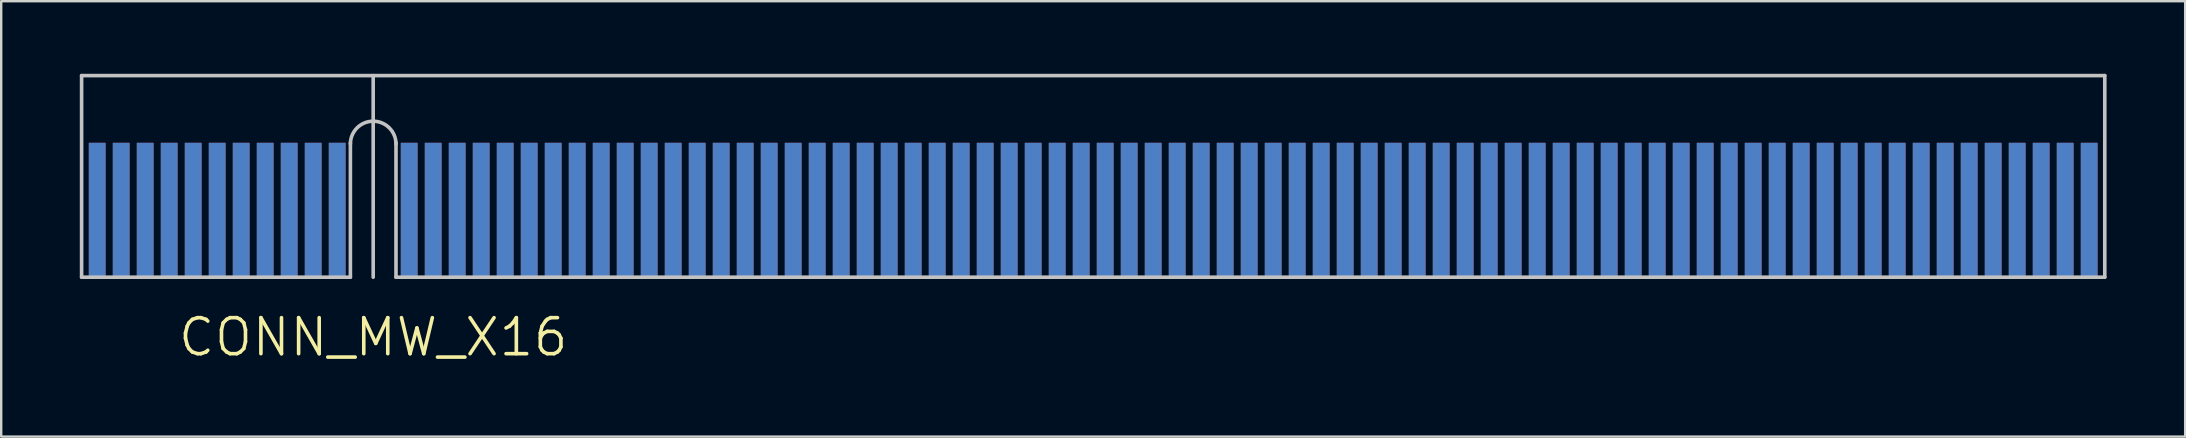
<source format=kicad_pcb>
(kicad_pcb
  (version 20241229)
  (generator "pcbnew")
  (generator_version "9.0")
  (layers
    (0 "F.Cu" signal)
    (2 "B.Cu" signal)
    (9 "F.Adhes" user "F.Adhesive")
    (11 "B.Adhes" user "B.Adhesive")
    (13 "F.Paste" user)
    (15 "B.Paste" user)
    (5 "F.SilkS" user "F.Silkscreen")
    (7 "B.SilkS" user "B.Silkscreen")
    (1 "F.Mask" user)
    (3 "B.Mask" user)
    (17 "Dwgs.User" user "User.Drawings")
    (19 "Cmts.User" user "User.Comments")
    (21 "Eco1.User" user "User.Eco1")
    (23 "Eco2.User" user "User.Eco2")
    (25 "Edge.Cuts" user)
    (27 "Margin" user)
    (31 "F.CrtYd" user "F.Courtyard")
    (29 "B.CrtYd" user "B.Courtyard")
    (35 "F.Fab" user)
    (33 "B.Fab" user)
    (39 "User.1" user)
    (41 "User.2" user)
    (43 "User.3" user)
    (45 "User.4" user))
  (footprint "CONN_MW_X16"
    (layer "F.Cu")
    (at 12.5 8.5)
    (property "Reference" "CONN_MW_X16" (at 0 2.5 0) (layer "F.SilkS") (effects (font (size 1.5 1.5) (thickness 0.15))))
    (attr through_hole)
    (fp_line (start -12.15 -8.4) (end 72.15 -8.4) (stroke (width 0.15) (type solid)) (layer "Dwgs.User"))
    (fp_line (start -12.15 0) (end -12.15 -8.4) (stroke (width 0.15) (type solid)) (layer "Dwgs.User"))
    (fp_line (start -0.95 0) (end -12.15 0) (stroke (width 0.15) (type solid)) (layer "Dwgs.User"))
    (fp_line (start -0.95 0) (end -0.95 -5.6) (stroke (width 0.15) (type solid)) (layer "Dwgs.User"))
    (fp_line (start 0 -8.4) (end 0 0) (stroke (width 0.15) (type solid)) (layer "Dwgs.User"))
    (fp_line (start 0.95 -5.6) (end 0.95 0) (stroke (width 0.15) (type solid)) (layer "Dwgs.User"))
    (fp_line (start 0.95 0) (end 72.15 0) (stroke (width 0.15) (type solid)) (layer "Dwgs.User"))
    (fp_line (start 72.15 0) (end 72.15 -8.4) (stroke (width 0.15) (type solid)) (layer "Dwgs.User"))
    (fp_arc (start -0.95 -5.55) (mid 0 -6.5) (end 0.95 -5.55) (stroke (width 0.15) (type solid)) (layer "Dwgs.User"))
    (pad "" smd rect (at 30 -4) (size 85 9) (layers "F.Mask"))
    (pad "" smd rect (at 30 -4) (size 85 9) (layers "B.Mask"))
    (pad "A1" smd rect (at -11.5 -2.8) (size 0.7 5.6) (layers "B.Cu" "B.Mask" "B.Paste"))
    (pad "A2" smd rect (at -10.5 -2.8) (size 0.7 5.6) (layers "B.Cu" "B.Mask" "B.Paste"))
    (pad "A3" smd rect (at -9.5 -2.8) (size 0.7 5.6) (layers "B.Cu" "B.Mask" "B.Paste"))
    (pad "A4" smd rect (at -8.5 -2.8) (size 0.7 5.6) (layers "B.Cu" "B.Mask" "B.Paste"))
    (pad "A5" smd rect (at -7.5 -2.8) (size 0.7 5.6) (layers "B.Cu" "B.Mask" "B.Paste"))
    (pad "A6" smd rect (at -6.5 -2.8) (size 0.7 5.6) (layers "B.Cu" "B.Mask" "B.Paste"))
    (pad "A7" smd rect (at -5.5 -2.8) (size 0.7 5.6) (layers "B.Cu" "B.Mask" "B.Paste"))
    (pad "A8" smd rect (at -4.5 -2.8) (size 0.7 5.6) (layers "B.Cu" "B.Mask" "B.Paste"))
    (pad "A9" smd rect (at -3.5 -2.8) (size 0.7 5.6) (layers "B.Cu" "B.Mask" "B.Paste"))
    (pad "A10" smd rect (at -2.5 -2.8) (size 0.7 5.6) (layers "B.Cu" "B.Mask" "B.Paste"))
    (pad "A11" smd rect (at -1.5 -2.8) (size 0.7 5.6) (layers "B.Cu" "B.Mask" "B.Paste"))
    (pad "A12" smd rect (at 1.5 -2.8) (size 0.7 5.6) (layers "B.Cu" "B.Mask" "B.Paste"))
    (pad "A13" smd rect (at 2.5 -2.8) (size 0.7 5.6) (layers "B.Cu" "B.Mask" "B.Paste"))
    (pad "A14" smd rect (at 3.5 -2.8) (size 0.7 5.6) (layers "B.Cu" "B.Mask" "B.Paste"))
    (pad "A15" smd rect (at 4.5 -2.8) (size 0.7 5.6) (layers "B.Cu" "B.Mask" "B.Paste"))
    (pad "A16" smd rect (at 5.5 -2.8) (size 0.7 5.6) (layers "B.Cu" "B.Mask" "B.Paste"))
    (pad "A17" smd rect (at 6.5 -2.8) (size 0.7 5.6) (layers "B.Cu" "B.Mask" "B.Paste"))
    (pad "A18" smd rect (at 7.5 -2.8) (size 0.7 5.6) (layers "B.Cu" "B.Mask" "B.Paste"))
    (pad "A19" smd rect (at 8.5 -2.8) (size 0.7 5.6) (layers "B.Cu" "B.Mask" "B.Paste"))
    (pad "A20" smd rect (at 9.5 -2.8) (size 0.7 5.6) (layers "B.Cu" "B.Mask" "B.Paste"))
    (pad "A21" smd rect (at 10.5 -2.8) (size 0.7 5.6) (layers "B.Cu" "B.Mask" "B.Paste"))
    (pad "A22" smd rect (at 11.5 -2.8) (size 0.7 5.6) (layers "B.Cu" "B.Mask" "B.Paste"))
    (pad "A23" smd rect (at 12.5 -2.8) (size 0.7 5.6) (layers "B.Cu" "B.Mask" "B.Paste"))
    (pad "A24" smd rect (at 13.5 -2.8) (size 0.7 5.6) (layers "B.Cu" "B.Mask" "B.Paste"))
    (pad "A25" smd rect (at 14.5 -2.8) (size 0.7 5.6) (layers "B.Cu" "B.Mask" "B.Paste"))
    (pad "A26" smd rect (at 15.5 -2.8) (size 0.7 5.6) (layers "B.Cu" "B.Mask" "B.Paste"))
    (pad "A27" smd rect (at 16.5 -2.8) (size 0.7 5.6) (layers "B.Cu" "B.Mask" "B.Paste"))
    (pad "A28" smd rect (at 17.5 -2.8) (size 0.7 5.6) (layers "B.Cu" "B.Mask" "B.Paste"))
    (pad "A29" smd rect (at 18.5 -2.8) (size 0.7 5.6) (layers "B.Cu" "B.Mask" "B.Paste"))
    (pad "A30" smd rect (at 19.5 -2.8) (size 0.7 5.6) (layers "B.Cu" "B.Mask" "B.Paste"))
    (pad "A31" smd rect (at 20.5 -2.8) (size 0.7 5.6) (layers "B.Cu" "B.Mask" "B.Paste"))
    (pad "A32" smd rect (at 21.5 -2.8) (size 0.7 5.6) (layers "B.Cu" "B.Mask" "B.Paste"))
    (pad "A33" smd rect (at 22.5 -2.8) (size 0.7 5.6) (layers "B.Cu" "B.Mask" "B.Paste"))
    (pad "A34" smd rect (at 23.5 -2.8) (size 0.7 5.6) (layers "B.Cu" "B.Mask" "B.Paste"))
    (pad "A35" smd rect (at 24.5 -2.8) (size 0.7 5.6) (layers "B.Cu" "B.Mask" "B.Paste"))
    (pad "A36" smd rect (at 25.5 -2.8) (size 0.7 5.6) (layers "B.Cu" "B.Mask" "B.Paste"))
    (pad "A37" smd rect (at 26.5 -2.8) (size 0.7 5.6) (layers "B.Cu" "B.Mask" "B.Paste"))
    (pad "A38" smd rect (at 27.5 -2.8) (size 0.7 5.6) (layers "B.Cu" "B.Mask" "B.Paste"))
    (pad "A39" smd rect (at 28.5 -2.8) (size 0.7 5.6) (layers "B.Cu" "B.Mask" "B.Paste"))
    (pad "A40" smd rect (at 29.5 -2.8) (size 0.7 5.6) (layers "B.Cu" "B.Mask" "B.Paste"))
    (pad "A41" smd rect (at 30.5 -2.8) (size 0.7 5.6) (layers "B.Cu" "B.Mask" "B.Paste"))
    (pad "A42" smd rect (at 31.5 -2.8) (size 0.7 5.6) (layers "B.Cu" "B.Mask" "B.Paste"))
    (pad "A43" smd rect (at 32.5 -2.8) (size 0.7 5.6) (layers "B.Cu" "B.Mask" "B.Paste"))
    (pad "A44" smd rect (at 33.5 -2.8) (size 0.7 5.6) (layers "B.Cu" "B.Mask" "B.Paste"))
    (pad "A45" smd rect (at 34.5 -2.8) (size 0.7 5.6) (layers "B.Cu" "B.Mask" "B.Paste"))
    (pad "A46" smd rect (at 35.5 -2.8) (size 0.7 5.6) (layers "B.Cu" "B.Mask" "B.Paste"))
    (pad "A47" smd rect (at 36.5 -2.8) (size 0.7 5.6) (layers "B.Cu" "B.Mask" "B.Paste"))
    (pad "A48" smd rect (at 37.5 -2.8) (size 0.7 5.6) (layers "B.Cu" "B.Mask" "B.Paste"))
    (pad "A49" smd rect (at 38.5 -2.8) (size 0.7 5.6) (layers "B.Cu" "B.Mask" "B.Paste"))
    (pad "A50" smd rect (at 39.5 -2.8) (size 0.7 5.6) (layers "B.Cu" "B.Mask" "B.Paste"))
    (pad "A51" smd rect (at 40.5 -2.8) (size 0.7 5.6) (layers "B.Cu" "B.Mask" "B.Paste"))
    (pad "A52" smd rect (at 41.5 -2.8) (size 0.7 5.6) (layers "B.Cu" "B.Mask" "B.Paste"))
    (pad "A53" smd rect (at 42.5 -2.8) (size 0.7 5.6) (layers "B.Cu" "B.Mask" "B.Paste"))
    (pad "A54" smd rect (at 43.5 -2.8) (size 0.7 5.6) (layers "B.Cu" "B.Mask" "B.Paste"))
    (pad "A55" smd rect (at 44.5 -2.8) (size 0.7 5.6) (layers "B.Cu" "B.Mask" "B.Paste"))
    (pad "A56" smd rect (at 45.5 -2.8) (size 0.7 5.6) (layers "B.Cu" "B.Mask" "B.Paste"))
    (pad "A57" smd rect (at 46.5 -2.8) (size 0.7 5.6) (layers "B.Cu" "B.Mask" "B.Paste"))
    (pad "A58" smd rect (at 47.5 -2.8) (size 0.7 5.6) (layers "B.Cu" "B.Mask" "B.Paste"))
    (pad "A59" smd rect (at 48.5 -2.8) (size 0.7 5.6) (layers "B.Cu" "B.Mask" "B.Paste"))
    (pad "A60" smd rect (at 49.5 -2.8) (size 0.7 5.6) (layers "B.Cu" "B.Mask" "B.Paste"))
    (pad "A61" smd rect (at 50.5 -2.8) (size 0.7 5.6) (layers "B.Cu" "B.Mask" "B.Paste"))
    (pad "A62" smd rect (at 51.5 -2.8) (size 0.7 5.6) (layers "B.Cu" "B.Mask" "B.Paste"))
    (pad "A63" smd rect (at 52.5 -2.8) (size 0.7 5.6) (layers "B.Cu" "B.Mask" "B.Paste"))
    (pad "A64" smd rect (at 53.5 -2.8) (size 0.7 5.6) (layers "B.Cu" "B.Mask" "B.Paste"))
    (pad "A65" smd rect (at 54.5 -2.8) (size 0.7 5.6) (layers "B.Cu" "B.Mask" "B.Paste"))
    (pad "A66" smd rect (at 55.5 -2.8) (size 0.7 5.6) (layers "B.Cu" "B.Mask" "B.Paste"))
    (pad "A67" smd rect (at 56.5 -2.8) (size 0.7 5.6) (layers "B.Cu" "B.Mask" "B.Paste"))
    (pad "A68" smd rect (at 57.5 -2.8) (size 0.7 5.6) (layers "B.Cu" "B.Mask" "B.Paste"))
    (pad "A69" smd rect (at 58.5 -2.8) (size 0.7 5.6) (layers "B.Cu" "B.Mask" "B.Paste"))
    (pad "A70" smd rect (at 59.5 -2.8) (size 0.7 5.6) (layers "B.Cu" "B.Mask" "B.Paste"))
    (pad "A71" smd rect (at 60.5 -2.8) (size 0.7 5.6) (layers "B.Cu" "B.Mask" "B.Paste"))
    (pad "A72" smd rect (at 61.5 -2.8) (size 0.7 5.6) (layers "B.Cu" "B.Mask" "B.Paste"))
    (pad "A73" smd rect (at 62.5 -2.8) (size 0.7 5.6) (layers "B.Cu" "B.Mask" "B.Paste"))
    (pad "A74" smd rect (at 63.5 -2.8) (size 0.7 5.6) (layers "B.Cu" "B.Mask" "B.Paste"))
    (pad "A75" smd rect (at 64.5 -2.8) (size 0.7 5.6) (layers "B.Cu" "B.Mask" "B.Paste"))
    (pad "A76" smd rect (at 65.5 -2.8) (size 0.7 5.6) (layers "B.Cu" "B.Mask" "B.Paste"))
    (pad "A77" smd rect (at 66.5 -2.8) (size 0.7 5.6) (layers "B.Cu" "B.Mask" "B.Paste"))
    (pad "A78" smd rect (at 67.5 -2.8) (size 0.7 5.6) (layers "B.Cu" "B.Mask" "B.Paste"))
    (pad "A79" smd rect (at 68.5 -2.8) (size 0.7 5.6) (layers "B.Cu" "B.Mask" "B.Paste"))
    (pad "A80" smd rect (at 69.5 -2.8) (size 0.7 5.6) (layers "B.Cu" "B.Mask" "B.Paste"))
    (pad "A81" smd rect (at 70.5 -2.8) (size 0.7 5.6) (layers "B.Cu" "B.Mask" "B.Paste"))
    (pad "A82" smd rect (at 71.5 -2.8) (size 0.7 5.6) (layers "B.Cu" "B.Mask" "B.Paste"))
    (pad "B1" smd rect (at -11.5 -2.8) (size 0.7 5.6) (layers "F.Cu" "F.Mask" "F.Paste"))
    (pad "B2" smd rect (at -10.5 -2.8) (size 0.7 5.6) (layers "F.Cu" "F.Mask" "F.Paste"))
    (pad "B3" smd rect (at -9.5 -2.8) (size 0.7 5.6) (layers "F.Cu" "F.Mask" "F.Paste"))
    (pad "B4" smd rect (at -8.5 -2.8) (size 0.7 5.6) (layers "F.Cu" "F.Mask" "F.Paste"))
    (pad "B5" smd rect (at -7.5 -2.8) (size 0.7 5.6) (layers "F.Cu" "F.Mask" "F.Paste"))
    (pad "B6" smd rect (at -6.5 -2.8) (size 0.7 5.6) (layers "F.Cu" "F.Mask" "F.Paste"))
    (pad "B7" smd rect (at -5.5 -2.8) (size 0.7 5.6) (layers "F.Cu" "F.Mask" "F.Paste"))
    (pad "B8" smd rect (at -4.5 -2.8) (size 0.7 5.6) (layers "F.Cu" "F.Mask" "F.Paste"))
    (pad "B9" smd rect (at -3.5 -2.8) (size 0.7 5.6) (layers "F.Cu" "F.Mask" "F.Paste"))
    (pad "B10" smd rect (at -2.5 -2.8) (size 0.7 5.6) (layers "F.Cu" "F.Mask" "F.Paste"))
    (pad "B11" smd rect (at -1.5 -2.8) (size 0.7 5.6) (layers "F.Cu" "F.Mask" "F.Paste"))
    (pad "B12" smd rect (at 1.5 -2.8) (size 0.7 5.6) (layers "F.Cu" "F.Mask" "F.Paste"))
    (pad "B13" smd rect (at 2.5 -2.8) (size 0.7 5.6) (layers "F.Cu" "F.Mask" "F.Paste"))
    (pad "B14" smd rect (at 3.5 -2.8) (size 0.7 5.6) (layers "F.Cu" "F.Mask" "F.Paste"))
    (pad "B15" smd rect (at 4.5 -2.8) (size 0.7 5.6) (layers "F.Cu" "F.Mask" "F.Paste"))
    (pad "B16" smd rect (at 5.5 -2.8) (size 0.7 5.6) (layers "F.Cu" "F.Mask" "F.Paste"))
    (pad "B17" smd rect (at 6.5 -2.8) (size 0.7 5.6) (layers "F.Cu" "F.Mask" "F.Paste"))
    (pad "B18" smd rect (at 7.5 -2.8) (size 0.7 5.6) (layers "F.Cu" "F.Mask" "F.Paste"))
    (pad "B19" smd rect (at 8.5 -2.8) (size 0.7 5.6) (layers "F.Cu" "F.Mask" "F.Paste"))
    (pad "B20" smd rect (at 9.5 -2.8) (size 0.7 5.6) (layers "F.Cu" "F.Mask" "F.Paste"))
    (pad "B21" smd rect (at 10.5 -2.8) (size 0.7 5.6) (layers "F.Cu" "F.Mask" "F.Paste"))
    (pad "B22" smd rect (at 11.5 -2.8) (size 0.7 5.6) (layers "F.Cu" "F.Mask" "F.Paste"))
    (pad "B23" smd rect (at 12.5 -2.8) (size 0.7 5.6) (layers "F.Cu" "F.Mask" "F.Paste"))
    (pad "B24" smd rect (at 13.5 -2.8) (size 0.7 5.6) (layers "F.Cu" "F.Mask" "F.Paste"))
    (pad "B25" smd rect (at 14.5 -2.8) (size 0.7 5.6) (layers "F.Cu" "F.Mask" "F.Paste"))
    (pad "B26" smd rect (at 15.5 -2.8) (size 0.7 5.6) (layers "F.Cu" "F.Mask" "F.Paste"))
    (pad "B27" smd rect (at 16.5 -2.8) (size 0.7 5.6) (layers "F.Cu" "F.Mask" "F.Paste"))
    (pad "B28" smd rect (at 17.5 -2.8) (size 0.7 5.6) (layers "F.Cu" "F.Mask" "F.Paste"))
    (pad "B29" smd rect (at 18.5 -2.8) (size 0.7 5.6) (layers "F.Cu" "F.Mask" "F.Paste"))
    (pad "B30" smd rect (at 19.5 -2.8) (size 0.7 5.6) (layers "F.Cu" "F.Mask" "F.Paste"))
    (pad "B31" smd rect (at 20.5 -2.8) (size 0.7 5.6) (layers "F.Cu" "F.Mask" "F.Paste"))
    (pad "B32" smd rect (at 21.5 -2.8) (size 0.7 5.6) (layers "F.Cu" "F.Mask" "F.Paste"))
    (pad "B33" smd rect (at 22.5 -2.8) (size 0.7 5.6) (layers "F.Cu" "F.Mask" "F.Paste"))
    (pad "B34" smd rect (at 23.5 -2.8) (size 0.7 5.6) (layers "F.Cu" "F.Mask" "F.Paste"))
    (pad "B35" smd rect (at 24.5 -2.8) (size 0.7 5.6) (layers "F.Cu" "F.Mask" "F.Paste"))
    (pad "B36" smd rect (at 25.5 -2.8) (size 0.7 5.6) (layers "F.Cu" "F.Mask" "F.Paste"))
    (pad "B37" smd rect (at 26.5 -2.8) (size 0.7 5.6) (layers "F.Cu" "F.Mask" "F.Paste"))
    (pad "B38" smd rect (at 27.5 -2.8) (size 0.7 5.6) (layers "F.Cu" "F.Mask" "F.Paste"))
    (pad "B39" smd rect (at 28.5 -2.8) (size 0.7 5.6) (layers "F.Cu" "F.Mask" "F.Paste"))
    (pad "B40" smd rect (at 29.5 -2.8) (size 0.7 5.6) (layers "F.Cu" "F.Mask" "F.Paste"))
    (pad "B41" smd rect (at 30.5 -2.8) (size 0.7 5.6) (layers "F.Cu" "F.Mask" "F.Paste"))
    (pad "B42" smd rect (at 31.5 -2.8) (size 0.7 5.6) (layers "F.Cu" "F.Mask" "F.Paste"))
    (pad "B43" smd rect (at 32.5 -2.8) (size 0.7 5.6) (layers "F.Cu" "F.Mask" "F.Paste"))
    (pad "B44" smd rect (at 33.5 -2.8) (size 0.7 5.6) (layers "F.Cu" "F.Mask" "F.Paste"))
    (pad "B45" smd rect (at 34.5 -2.8) (size 0.7 5.6) (layers "F.Cu" "F.Mask" "F.Paste"))
    (pad "B46" smd rect (at 35.5 -2.8) (size 0.7 5.6) (layers "F.Cu" "F.Mask" "F.Paste"))
    (pad "B47" smd rect (at 36.5 -2.8) (size 0.7 5.6) (layers "F.Cu" "F.Mask" "F.Paste"))
    (pad "B48" smd rect (at 37.5 -2.8) (size 0.7 5.6) (layers "F.Cu" "F.Mask" "F.Paste"))
    (pad "B49" smd rect (at 38.5 -2.8) (size 0.7 5.6) (layers "F.Cu" "F.Mask" "F.Paste"))
    (pad "B50" smd rect (at 39.5 -2.8) (size 0.7 5.6) (layers "F.Cu" "F.Mask" "F.Paste"))
    (pad "B51" smd rect (at 40.5 -2.8) (size 0.7 5.6) (layers "F.Cu" "F.Mask" "F.Paste"))
    (pad "B52" smd rect (at 41.5 -2.8) (size 0.7 5.6) (layers "F.Cu" "F.Mask" "F.Paste"))
    (pad "B53" smd rect (at 42.5 -2.8) (size 0.7 5.6) (layers "F.Cu" "F.Mask" "F.Paste"))
    (pad "B54" smd rect (at 43.5 -2.8) (size 0.7 5.6) (layers "F.Cu" "F.Mask" "F.Paste"))
    (pad "B55" smd rect (at 44.5 -2.8) (size 0.7 5.6) (layers "F.Cu" "F.Mask" "F.Paste"))
    (pad "B56" smd rect (at 45.5 -2.8) (size 0.7 5.6) (layers "F.Cu" "F.Mask" "F.Paste"))
    (pad "B57" smd rect (at 46.5 -2.8) (size 0.7 5.6) (layers "F.Cu" "F.Mask" "F.Paste"))
    (pad "B58" smd rect (at 47.5 -2.8) (size 0.7 5.6) (layers "F.Cu" "F.Mask" "F.Paste"))
    (pad "B59" smd rect (at 48.5 -2.8) (size 0.7 5.6) (layers "F.Cu" "F.Mask" "F.Paste"))
    (pad "B60" smd rect (at 49.5 -2.8) (size 0.7 5.6) (layers "F.Cu" "F.Mask" "F.Paste"))
    (pad "B61" smd rect (at 50.5 -2.8) (size 0.7 5.6) (layers "F.Cu" "F.Mask" "F.Paste"))
    (pad "B62" smd rect (at 51.5 -2.8) (size 0.7 5.6) (layers "F.Cu" "F.Mask" "F.Paste"))
    (pad "B63" smd rect (at 52.5 -2.8) (size 0.7 5.6) (layers "F.Cu" "F.Mask" "F.Paste"))
    (pad "B64" smd rect (at 53.5 -2.8) (size 0.7 5.6) (layers "F.Cu" "F.Mask" "F.Paste"))
    (pad "B65" smd rect (at 54.5 -2.8) (size 0.7 5.6) (layers "F.Cu" "F.Mask" "F.Paste"))
    (pad "B66" smd rect (at 55.5 -2.8) (size 0.7 5.6) (layers "F.Cu" "F.Mask" "F.Paste"))
    (pad "B67" smd rect (at 56.5 -2.8) (size 0.7 5.6) (layers "F.Cu" "F.Mask" "F.Paste"))
    (pad "B68" smd rect (at 57.5 -2.8) (size 0.7 5.6) (layers "F.Cu" "F.Mask" "F.Paste"))
    (pad "B69" smd rect (at 58.5 -2.8) (size 0.7 5.6) (layers "F.Cu" "F.Mask" "F.Paste"))
    (pad "B70" smd rect (at 59.5 -2.8) (size 0.7 5.6) (layers "F.Cu" "F.Mask" "F.Paste"))
    (pad "B71" smd rect (at 60.5 -2.8) (size 0.7 5.6) (layers "F.Cu" "F.Mask" "F.Paste"))
    (pad "B72" smd rect (at 61.5 -2.8) (size 0.7 5.6) (layers "F.Cu" "F.Mask" "F.Paste"))
    (pad "B73" smd rect (at 62.5 -2.8) (size 0.7 5.6) (layers "F.Cu" "F.Mask" "F.Paste"))
    (pad "B74" smd rect (at 63.5 -2.8) (size 0.7 5.6) (layers "F.Cu" "F.Mask" "F.Paste"))
    (pad "B75" smd rect (at 64.5 -2.8) (size 0.7 5.6) (layers "F.Cu" "F.Mask" "F.Paste"))
    (pad "B76" smd rect (at 65.5 -2.8) (size 0.7 5.6) (layers "F.Cu" "F.Mask" "F.Paste"))
    (pad "B77" smd rect (at 66.5 -2.8) (size 0.7 5.6) (layers "F.Cu" "F.Mask" "F.Paste"))
    (pad "B78" smd rect (at 67.5 -2.8) (size 0.7 5.6) (layers "F.Cu" "F.Mask" "F.Paste"))
    (pad "B79" smd rect (at 68.5 -2.8) (size 0.7 5.6) (layers "F.Cu" "F.Mask" "F.Paste"))
    (pad "B80" smd rect (at 69.5 -2.8) (size 0.7 5.6) (layers "F.Cu" "F.Mask" "F.Paste"))
    (pad "B81" smd rect (at 70.5 -2.8) (size 0.7 5.6) (layers "F.Cu" "F.Mask" "F.Paste"))
    (pad "B82" smd rect (at 71.5 -2.8) (size 0.7 5.6) (layers "F.Cu" "F.Mask" "F.Paste")))
  (gr_rect
    (start -3 -3)
    (end 88 15.141)
    (stroke (width 0.1) (type default))
    (fill no)
    (layer "Edge.Cuts")))
</source>
